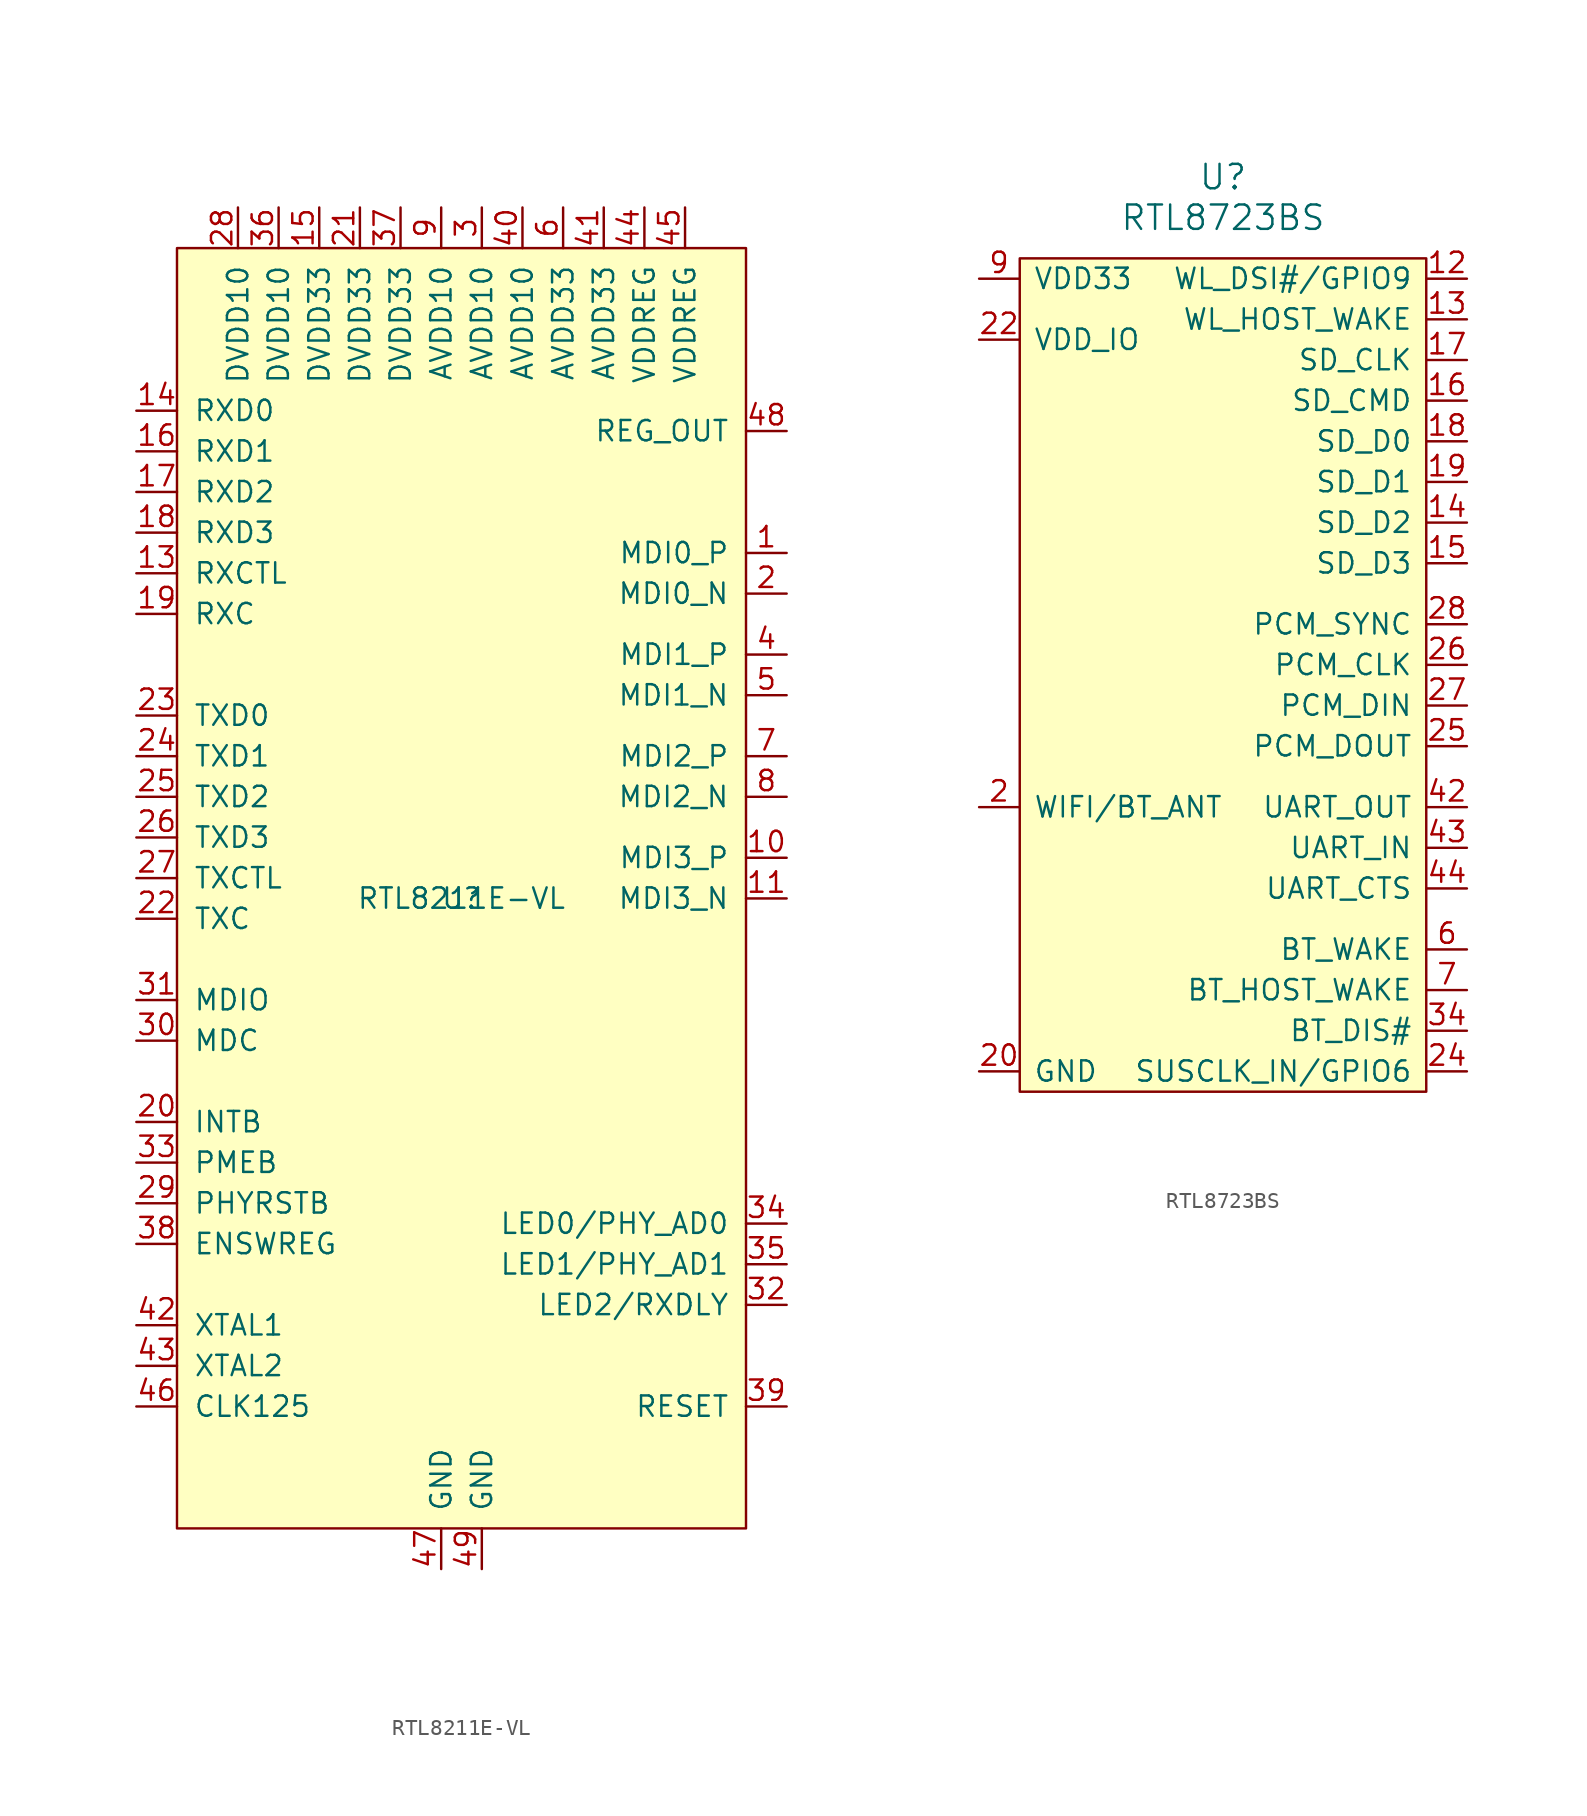
<source format=kicad_sym>
(kicad_symbol_lib
  (version 20231120)
  (generator "kicad_symbol_editor")
  (generator_version "8.0")
  (symbol "RTL8211E-VL"
    (pin_names
      (offset 1.016))
    (property "Reference" "U"
      (at 0 0 0)
      (effects (font (size 1.27 1.27))))
    (property "Value" "RTL8211E-VL"
      (at 0 0 0)
      (effects (font (size 1.27 1.27))))
    (symbol "RTL8211E-VL_0_1"
      (rectangle (start -17.78 40.64) (end 17.78 -39.37) (stroke (width 0) (type solid)) (fill (type background))))
    (symbol "RTL8211E-VL_1_1"
      (pin input line (at 20.32 21.59 180) (length 2.54) (name "MDI0_P" (effects (font (size 1.27 1.27)))) (number "1" (effects (font (size 1.27 1.27)))))
      (pin input line (at 20.32 2.54 180) (length 2.54) (name "MDI3_P" (effects (font (size 1.27 1.27)))) (number "10" (effects (font (size 1.27 1.27)))))
      (pin input line (at 20.32 0 180) (length 2.54) (name "MDI3_N" (effects (font (size 1.27 1.27)))) (number "11" (effects (font (size 1.27 1.27)))))
      (pin input line (at -20.32 20.32 0) (length 2.54) (name "RXCTL" (effects (font (size 1.27 1.27)))) (number "13" (effects (font (size 1.27 1.27)))))
      (pin input line (at -20.32 30.48 0) (length 2.54) (name "RXD0" (effects (font (size 1.27 1.27)))) (number "14" (effects (font (size 1.27 1.27)))))
      (pin input line (at -8.89 43.18 270) (length 2.54) (name "DVDD33" (effects (font (size 1.27 1.27)))) (number "15" (effects (font (size 1.27 1.27)))))
      (pin input line (at -20.32 27.94 0) (length 2.54) (name "RXD1" (effects (font (size 1.27 1.27)))) (number "16" (effects (font (size 1.27 1.27)))))
      (pin input line (at -20.32 25.4 0) (length 2.54) (name "RXD2" (effects (font (size 1.27 1.27)))) (number "17" (effects (font (size 1.27 1.27)))))
      (pin input line (at -20.32 22.86 0) (length 2.54) (name "RXD3" (effects (font (size 1.27 1.27)))) (number "18" (effects (font (size 1.27 1.27)))))
      (pin input line (at -20.32 17.78 0) (length 2.54) (name "RXC" (effects (font (size 1.27 1.27)))) (number "19" (effects (font (size 1.27 1.27)))))
      (pin input line (at 20.32 19.05 180) (length 2.54) (name "MDI0_N" (effects (font (size 1.27 1.27)))) (number "2" (effects (font (size 1.27 1.27)))))
      (pin input line (at -20.32 -13.97 0) (length 2.54) (name "INTB" (effects (font (size 1.27 1.27)))) (number "20" (effects (font (size 1.27 1.27)))))
      (pin input line (at -6.35 43.18 270) (length 2.54) (name "DVDD33" (effects (font (size 1.27 1.27)))) (number "21" (effects (font (size 1.27 1.27)))))
      (pin input line (at -20.32 -1.27 0) (length 2.54) (name "TXC" (effects (font (size 1.27 1.27)))) (number "22" (effects (font (size 1.27 1.27)))))
      (pin input line (at -20.32 11.43 0) (length 2.54) (name "TXD0" (effects (font (size 1.27 1.27)))) (number "23" (effects (font (size 1.27 1.27)))))
      (pin input line (at -20.32 8.89 0) (length 2.54) (name "TXD1" (effects (font (size 1.27 1.27)))) (number "24" (effects (font (size 1.27 1.27)))))
      (pin input line (at -20.32 6.35 0) (length 2.54) (name "TXD2" (effects (font (size 1.27 1.27)))) (number "25" (effects (font (size 1.27 1.27)))))
      (pin input line (at -20.32 3.81 0) (length 2.54) (name "TXD3" (effects (font (size 1.27 1.27)))) (number "26" (effects (font (size 1.27 1.27)))))
      (pin input line (at -20.32 1.27 0) (length 2.54) (name "TXCTL" (effects (font (size 1.27 1.27)))) (number "27" (effects (font (size 1.27 1.27)))))
      (pin input line (at -13.97 43.18 270) (length 2.54) (name "DVDD10" (effects (font (size 1.27 1.27)))) (number "28" (effects (font (size 1.27 1.27)))))
      (pin input line (at -20.32 -19.05 0) (length 2.54) (name "PHYRSTB" (effects (font (size 1.27 1.27)))) (number "29" (effects (font (size 1.27 1.27)))))
      (pin input line (at 1.27 43.18 270) (length 2.54) (name "AVDD10" (effects (font (size 1.27 1.27)))) (number "3" (effects (font (size 1.27 1.27)))))
      (pin input line (at -20.32 -8.89 0) (length 2.54) (name "MDC" (effects (font (size 1.27 1.27)))) (number "30" (effects (font (size 1.27 1.27)))))
      (pin input line (at -20.32 -6.35 0) (length 2.54) (name "MDIO" (effects (font (size 1.27 1.27)))) (number "31" (effects (font (size 1.27 1.27)))))
      (pin input line (at 20.32 -25.4 180) (length 2.54) (name "LED2/RXDLY" (effects (font (size 1.27 1.27)))) (number "32" (effects (font (size 1.27 1.27)))))
      (pin input line (at -20.32 -16.51 0) (length 2.54) (name "PMEB" (effects (font (size 1.27 1.27)))) (number "33" (effects (font (size 1.27 1.27)))))
      (pin input line (at 20.32 -20.32 180) (length 2.54) (name "LED0/PHY_AD0" (effects (font (size 1.27 1.27)))) (number "34" (effects (font (size 1.27 1.27)))))
      (pin input line (at 20.32 -22.86 180) (length 2.54) (name "LED1/PHY_AD1" (effects (font (size 1.27 1.27)))) (number "35" (effects (font (size 1.27 1.27)))))
      (pin input line (at -11.43 43.18 270) (length 2.54) (name "DVDD10" (effects (font (size 1.27 1.27)))) (number "36" (effects (font (size 1.27 1.27)))))
      (pin input line (at -3.81 43.18 270) (length 2.54) (name "DVDD33" (effects (font (size 1.27 1.27)))) (number "37" (effects (font (size 1.27 1.27)))))
      (pin input line (at -20.32 -21.59 0) (length 2.54) (name "ENSWREG" (effects (font (size 1.27 1.27)))) (number "38" (effects (font (size 1.27 1.27)))))
      (pin input line (at 20.32 -31.75 180) (length 2.54) (name "RESET" (effects (font (size 1.27 1.27)))) (number "39" (effects (font (size 1.27 1.27)))))
      (pin input line (at 20.32 15.24 180) (length 2.54) (name "MDI1_P" (effects (font (size 1.27 1.27)))) (number "4" (effects (font (size 1.27 1.27)))))
      (pin input line (at 3.81 43.18 270) (length 2.54) (name "AVDD10" (effects (font (size 1.27 1.27)))) (number "40" (effects (font (size 1.27 1.27)))))
      (pin input line (at 8.89 43.18 270) (length 2.54) (name "AVDD33" (effects (font (size 1.27 1.27)))) (number "41" (effects (font (size 1.27 1.27)))))
      (pin input line (at -20.32 -26.67 0) (length 2.54) (name "XTAL1" (effects (font (size 1.27 1.27)))) (number "42" (effects (font (size 1.27 1.27)))))
      (pin input line (at -20.32 -29.21 0) (length 2.54) (name "XTAL2" (effects (font (size 1.27 1.27)))) (number "43" (effects (font (size 1.27 1.27)))))
      (pin input line (at 11.43 43.18 270) (length 2.54) (name "VDDREG" (effects (font (size 1.27 1.27)))) (number "44" (effects (font (size 1.27 1.27)))))
      (pin input line (at 13.97 43.18 270) (length 2.54) (name "VDDREG" (effects (font (size 1.27 1.27)))) (number "45" (effects (font (size 1.27 1.27)))))
      (pin input line (at -20.32 -31.75 0) (length 2.54) (name "CLK125" (effects (font (size 1.27 1.27)))) (number "46" (effects (font (size 1.27 1.27)))))
      (pin input line (at -1.27 -41.91 90) (length 2.54) (name "GND" (effects (font (size 1.27 1.27)))) (number "47" (effects (font (size 1.27 1.27)))))
      (pin input line (at 20.32 29.21 180) (length 2.54) (name "REG_OUT" (effects (font (size 1.27 1.27)))) (number "48" (effects (font (size 1.27 1.27)))))
      (pin input line (at 1.27 -41.91 90) (length 2.54) (name "GND" (effects (font (size 1.27 1.27)))) (number "49" (effects (font (size 1.27 1.27)))))
      (pin input line (at 20.32 12.7 180) (length 2.54) (name "MDI1_N" (effects (font (size 1.27 1.27)))) (number "5" (effects (font (size 1.27 1.27)))))
      (pin input line (at 6.35 43.18 270) (length 2.54) (name "AVDD33" (effects (font (size 1.27 1.27)))) (number "6" (effects (font (size 1.27 1.27)))))
      (pin input line (at 20.32 8.89 180) (length 2.54) (name "MDI2_P" (effects (font (size 1.27 1.27)))) (number "7" (effects (font (size 1.27 1.27)))))
      (pin input line (at 20.32 6.35 180) (length 2.54) (name "MDI2_N" (effects (font (size 1.27 1.27)))) (number "8" (effects (font (size 1.27 1.27)))))
      (pin input line (at -1.27 43.18 270) (length 2.54) (name "AVDD10" (effects (font (size 1.27 1.27)))) (number "9" (effects (font (size 1.27 1.27)))))))
  (symbol "RTL8723BS"
    (pin_names
      (offset 0.889))
    (property "Reference" "U"
      (at 0 33.02 0)
      (effects (font (size 1.524 1.524))))
    (property "Value" "RTL8723BS"
      (at 0 30.48 0)
      (effects (font (size 1.524 1.524))))
    (property "Footprint" ""
      (at 0 -5.08 0)
      (effects (font (size 1.524 1.524))))
    (property "Datasheet" ""
      (at 0 -5.08 0)
      (effects (font (size 1.524 1.524))))
    (symbol "RTL8723BS_0_1"
      (rectangle (start -12.7 27.94) (end 12.7 -24.13) (stroke (width 0) (type solid)) (fill (type background))))
    (symbol "RTL8723BS_1_1"
      (pin power_in line (at -15.24 -22.86 0) (length 2.489) hide (name "GND" (effects (font (size 1.27 1.27)))) (number "1" (effects (font (size 1.27 1.27)))))
      (pin no_connect line (at -1.27 10.16 180) (length 2.489) hide (name "NC" (effects (font (size 1.27 1.27)))) (number "10" (effects (font (size 1.27 1.27)))))
      (pin no_connect line (at -1.27 7.62 180) (length 2.489) hide (name "NC" (effects (font (size 1.27 1.27)))) (number "11" (effects (font (size 1.27 1.27)))))
      (pin bidirectional line (at 15.24 26.67 180) (length 2.489) (name "WL_DSI#/GPIO9" (effects (font (size 1.27 1.27)))) (number "12" (effects (font (size 1.27 1.27)))))
      (pin input line (at 15.24 24.13 180) (length 2.489) (name "WL_HOST_WAKE" (effects (font (size 1.27 1.27)))) (number "13" (effects (font (size 1.27 1.27)))))
      (pin bidirectional line (at 15.24 11.43 180) (length 2.489) (name "SD_D2" (effects (font (size 1.27 1.27)))) (number "14" (effects (font (size 1.27 1.27)))))
      (pin bidirectional line (at 15.24 8.89 180) (length 2.489) (name "SD_D3" (effects (font (size 1.27 1.27)))) (number "15" (effects (font (size 1.27 1.27)))))
      (pin bidirectional line (at 15.24 19.05 180) (length 2.489) (name "SD_CMD" (effects (font (size 1.27 1.27)))) (number "16" (effects (font (size 1.27 1.27)))))
      (pin input line (at 15.24 21.59 180) (length 2.489) (name "SD_CLK" (effects (font (size 1.27 1.27)))) (number "17" (effects (font (size 1.27 1.27)))))
      (pin bidirectional line (at 15.24 16.51 180) (length 2.489) (name "SD_D0" (effects (font (size 1.27 1.27)))) (number "18" (effects (font (size 1.27 1.27)))))
      (pin bidirectional line (at 15.24 13.97 180) (length 2.489) (name "SD_D1" (effects (font (size 1.27 1.27)))) (number "19" (effects (font (size 1.27 1.27)))))
      (pin bidirectional line (at -15.24 -6.35 0) (length 2.489) (name "WIFI/BT_ANT" (effects (font (size 1.27 1.27)))) (number "2" (effects (font (size 1.27 1.27)))))
      (pin power_in line (at -15.24 -22.86 0) (length 2.489) (name "GND" (effects (font (size 1.27 1.27)))) (number "20" (effects (font (size 1.27 1.27)))))
      (pin no_connect line (at -1.27 5.08 180) (length 2.489) hide (name "NC" (effects (font (size 1.27 1.27)))) (number "21" (effects (font (size 1.27 1.27)))))
      (pin power_in line (at -15.24 22.86 0) (length 2.489) (name "VDD_IO" (effects (font (size 1.27 1.27)))) (number "22" (effects (font (size 1.27 1.27)))))
      (pin no_connect line (at -1.27 2.54 180) (length 2.489) hide (name "NC" (effects (font (size 1.27 1.27)))) (number "23" (effects (font (size 1.27 1.27)))))
      (pin bidirectional line (at 15.24 -22.86 180) (length 2.489) (name "SUSCLK_IN/GPIO6" (effects (font (size 1.27 1.27)))) (number "24" (effects (font (size 1.27 1.27)))))
      (pin output line (at 15.24 -2.54 180) (length 2.489) (name "PCM_DOUT" (effects (font (size 1.27 1.27)))) (number "25" (effects (font (size 1.27 1.27)))))
      (pin input line (at 15.24 2.54 180) (length 2.489) (name "PCM_CLK" (effects (font (size 1.27 1.27)))) (number "26" (effects (font (size 1.27 1.27)))))
      (pin input line (at 15.24 0 180) (length 2.489) (name "PCM_DIN" (effects (font (size 1.27 1.27)))) (number "27" (effects (font (size 1.27 1.27)))))
      (pin input line (at 15.24 5.08 180) (length 2.489) (name "PCM_SYNC" (effects (font (size 1.27 1.27)))) (number "28" (effects (font (size 1.27 1.27)))))
      (pin no_connect line (at -1.27 0 180) (length 2.489) hide (name "NC" (effects (font (size 1.27 1.27)))) (number "29" (effects (font (size 1.27 1.27)))))
      (pin no_connect line (at -1.27 20.32 180) (length 2.489) hide (name "NC" (effects (font (size 1.27 1.27)))) (number "3" (effects (font (size 1.27 1.27)))))
      (pin no_connect line (at -1.27 -2.54 180) (length 2.489) hide (name "NC" (effects (font (size 1.27 1.27)))) (number "30" (effects (font (size 1.27 1.27)))))
      (pin power_in line (at -15.24 -22.86 0) (length 2.489) hide (name "GND" (effects (font (size 1.27 1.27)))) (number "31" (effects (font (size 1.27 1.27)))))
      (pin no_connect line (at -1.27 -5.08 180) (length 2.489) hide (name "NC" (effects (font (size 1.27 1.27)))) (number "32" (effects (font (size 1.27 1.27)))))
      (pin power_in line (at -15.24 -22.86 0) (length 2.489) hide (name "GND" (effects (font (size 1.27 1.27)))) (number "33" (effects (font (size 1.27 1.27)))))
      (pin input line (at 15.24 -20.32 180) (length 2.489) (name "BT_DIS#" (effects (font (size 1.27 1.27)))) (number "34" (effects (font (size 1.27 1.27)))))
      (pin no_connect line (at -1.27 -7.62 180) (length 2.489) hide (name "NC" (effects (font (size 1.27 1.27)))) (number "35" (effects (font (size 1.27 1.27)))))
      (pin power_in line (at -15.24 -22.86 0) (length 2.489) hide (name "GND" (effects (font (size 1.27 1.27)))) (number "36" (effects (font (size 1.27 1.27)))))
      (pin no_connect line (at -1.27 -10.16 180) (length 2.489) hide (name "NC" (effects (font (size 1.27 1.27)))) (number "37" (effects (font (size 1.27 1.27)))))
      (pin no_connect line (at -1.27 -12.7 180) (length 2.489) hide (name "NC" (effects (font (size 1.27 1.27)))) (number "38" (effects (font (size 1.27 1.27)))))
      (pin no_connect line (at -1.27 -15.24 180) (length 2.489) hide (name "NC" (effects (font (size 1.27 1.27)))) (number "39" (effects (font (size 1.27 1.27)))))
      (pin no_connect line (at -1.27 17.78 180) (length 2.489) hide (name "NC" (effects (font (size 1.27 1.27)))) (number "4" (effects (font (size 1.27 1.27)))))
      (pin no_connect line (at -1.27 -17.78 180) (length 2.489) hide (name "NC" (effects (font (size 1.27 1.27)))) (number "40" (effects (font (size 1.27 1.27)))))
      (pin power_in line (at -15.24 -22.86 0) (length 2.489) hide (name "GND" (effects (font (size 1.27 1.27)))) (number "41" (effects (font (size 1.27 1.27)))))
      (pin output line (at 15.24 -6.35 180) (length 2.489) (name "UART_OUT" (effects (font (size 1.27 1.27)))) (number "42" (effects (font (size 1.27 1.27)))))
      (pin input line (at 15.24 -8.89 180) (length 2.489) (name "UART_IN" (effects (font (size 1.27 1.27)))) (number "43" (effects (font (size 1.27 1.27)))))
      (pin input line (at 15.24 -11.43 180) (length 2.489) (name "UART_CTS" (effects (font (size 1.27 1.27)))) (number "44" (effects (font (size 1.27 1.27)))))
      (pin no_connect line (at -1.27 15.24 180) (length 2.489) hide (name "NC" (effects (font (size 1.27 1.27)))) (number "5" (effects (font (size 1.27 1.27)))))
      (pin input line (at 15.24 -15.24 180) (length 2.489) (name "BT_WAKE" (effects (font (size 1.27 1.27)))) (number "6" (effects (font (size 1.27 1.27)))))
      (pin output line (at 15.24 -17.78 180) (length 2.489) (name "BT_HOST_WAKE" (effects (font (size 1.27 1.27)))) (number "7" (effects (font (size 1.27 1.27)))))
      (pin no_connect line (at -1.27 12.7 180) (length 2.489) hide (name "NC" (effects (font (size 1.27 1.27)))) (number "8" (effects (font (size 1.27 1.27)))))
      (pin power_in line (at -15.24 26.67 0) (length 2.489) (name "VDD33" (effects (font (size 1.27 1.27)))) (number "9" (effects (font (size 1.27 1.27))))))))
</source>
